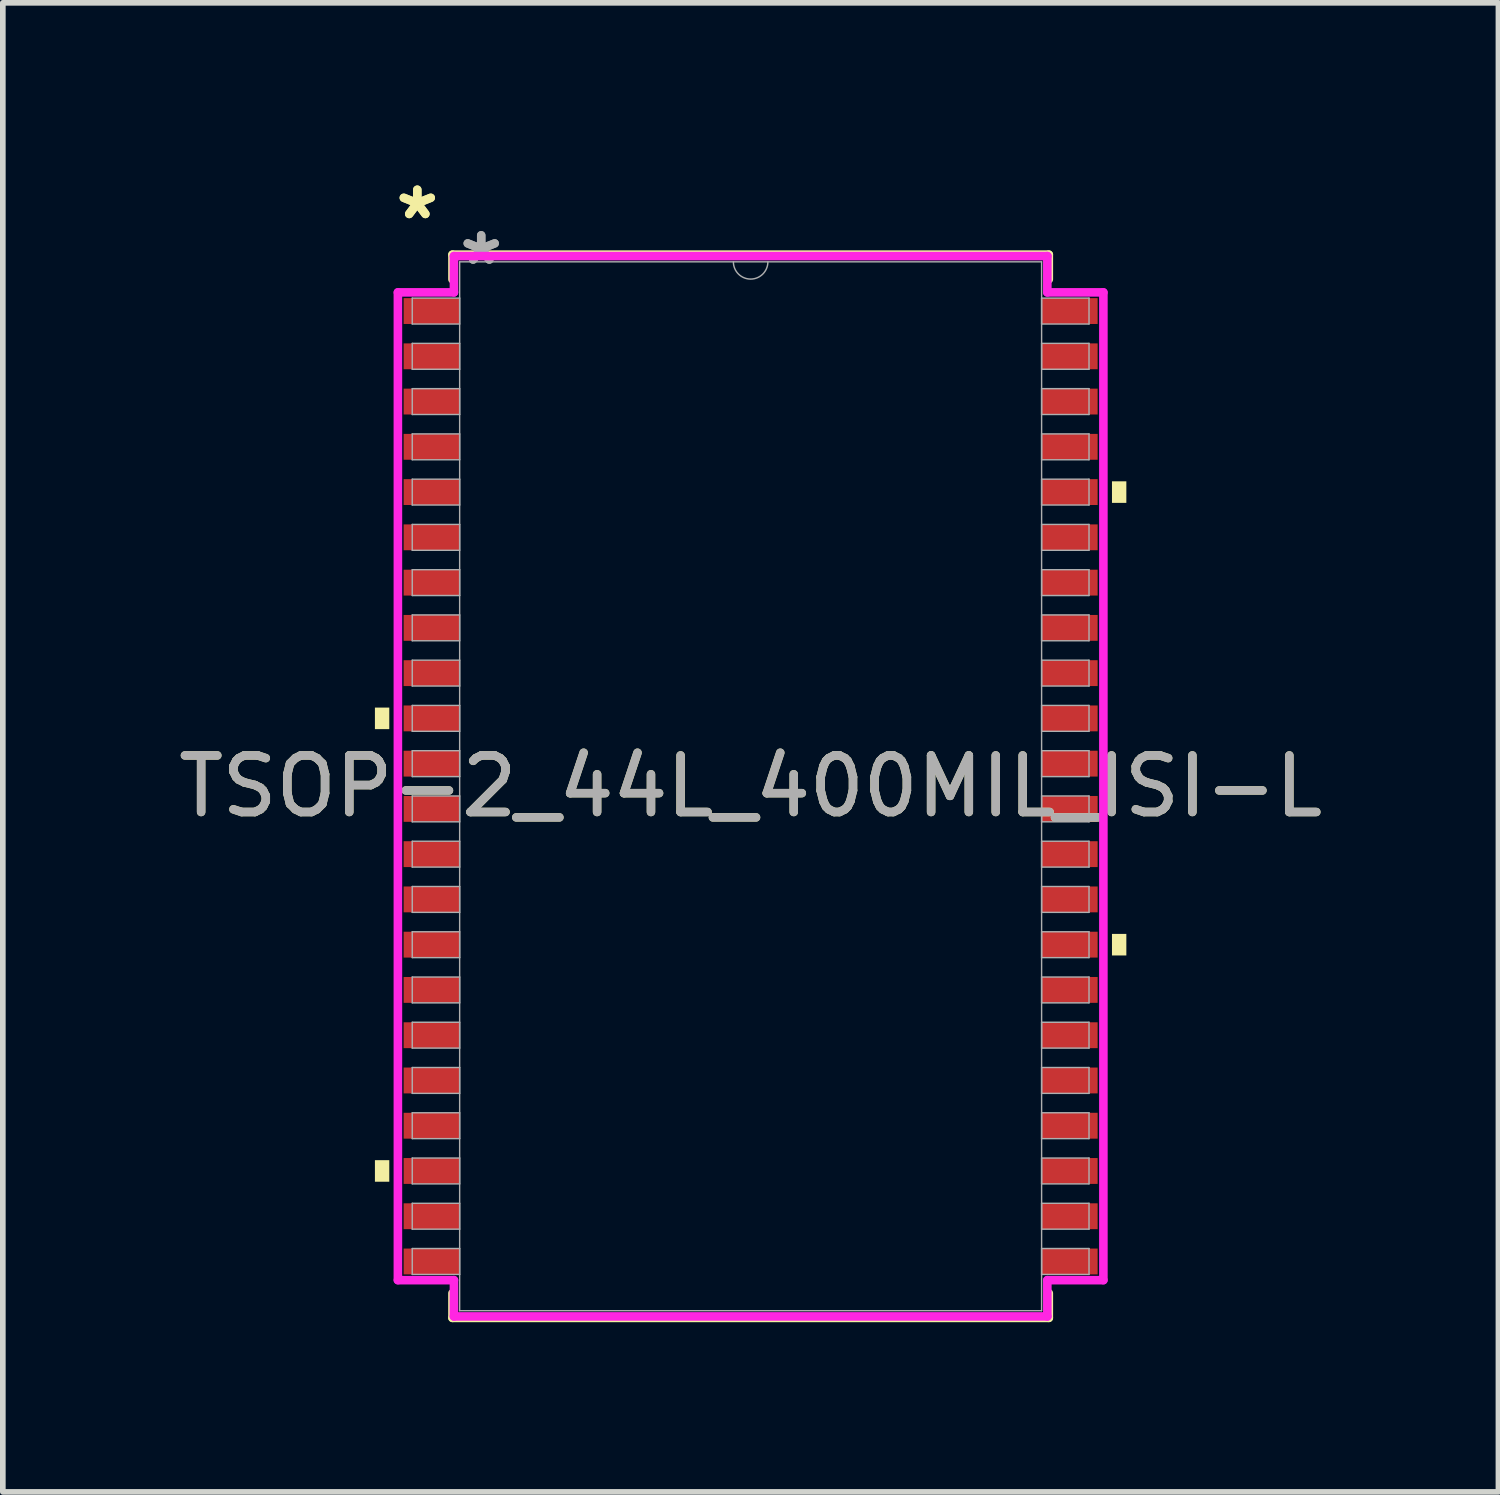
<source format=kicad_pcb>
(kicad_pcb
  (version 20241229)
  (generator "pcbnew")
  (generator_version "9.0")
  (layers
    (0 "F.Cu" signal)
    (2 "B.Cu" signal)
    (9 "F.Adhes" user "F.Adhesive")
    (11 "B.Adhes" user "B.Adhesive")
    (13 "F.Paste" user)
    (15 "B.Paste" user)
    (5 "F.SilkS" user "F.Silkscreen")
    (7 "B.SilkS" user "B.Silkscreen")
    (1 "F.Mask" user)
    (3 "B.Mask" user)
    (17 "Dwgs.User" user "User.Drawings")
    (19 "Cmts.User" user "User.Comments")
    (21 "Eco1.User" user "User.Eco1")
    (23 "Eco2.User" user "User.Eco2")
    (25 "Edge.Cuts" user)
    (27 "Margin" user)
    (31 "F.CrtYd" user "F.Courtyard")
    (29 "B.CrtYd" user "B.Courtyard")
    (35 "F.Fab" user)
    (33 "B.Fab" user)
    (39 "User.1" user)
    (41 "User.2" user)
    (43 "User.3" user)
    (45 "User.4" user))
  (footprint "TSOP-2_44L_400MIL_ISI-L"
    (layer "F.Cu")
    (at 10.22 10.85)
    (property "Reference" "TSOP-2_44L_400MIL_ISI-L" (at 0 0 0) (unlocked yes) (layer "F.SilkS") (effects (font (size 1 1) (thickness 0.15))))
    (attr smd)
    (fp_line (start -5.271 -9.398) (end -5.271 -8.962) (stroke (width 0.152) (type solid)) (layer "F.SilkS"))
    (fp_line (start -5.271 8.962) (end -5.271 9.398) (stroke (width 0.152) (type solid)) (layer "F.SilkS"))
    (fp_line (start -5.271 9.398) (end 5.271 9.398) (stroke (width 0.152) (type solid)) (layer "F.SilkS"))
    (fp_line (start 5.271 -9.398) (end -5.271 -9.398) (stroke (width 0.152) (type solid)) (layer "F.SilkS"))
    (fp_line (start 5.271 -8.962) (end 5.271 -9.398) (stroke (width 0.152) (type solid)) (layer "F.SilkS"))
    (fp_line (start 5.271 9.398) (end 5.271 8.962) (stroke (width 0.152) (type solid)) (layer "F.SilkS"))
    (fp_poly (pts (xy -6.642 -1.391) (xy -6.642 -1.01) (xy -6.388 -1.01) (xy -6.388 -1.391)) (stroke (width 0) (type solid)) (fill yes) (layer "F.SilkS"))
    (fp_poly (pts (xy -6.642 6.61) (xy -6.642 6.991) (xy -6.388 6.991) (xy -6.388 6.61)) (stroke (width 0) (type solid)) (fill yes) (layer "F.SilkS"))
    (fp_poly (pts (xy 6.642 -5.391) (xy 6.642 -5.01) (xy 6.388 -5.01) (xy 6.388 -5.391)) (stroke (width 0) (type solid)) (fill yes) (layer "F.SilkS"))
    (fp_poly (pts (xy 6.642 2.61) (xy 6.642 2.991) (xy 6.388 2.991) (xy 6.388 2.61)) (stroke (width 0) (type solid)) (fill yes) (layer "F.SilkS"))
    (fp_line (start -6.236 -8.731) (end -5.245 -8.731) (stroke (width 0.152) (type solid)) (layer "F.CrtYd"))
    (fp_line (start -6.236 8.731) (end -6.236 -8.731) (stroke (width 0.152) (type solid)) (layer "F.CrtYd"))
    (fp_line (start -6.236 8.731) (end -5.245 8.731) (stroke (width 0.152) (type solid)) (layer "F.CrtYd"))
    (fp_line (start -5.245 -9.373) (end 5.245 -9.373) (stroke (width 0.152) (type solid)) (layer "F.CrtYd"))
    (fp_line (start -5.245 -8.731) (end -5.245 -9.373) (stroke (width 0.152) (type solid)) (layer "F.CrtYd"))
    (fp_line (start -5.245 9.373) (end -5.245 8.731) (stroke (width 0.152) (type solid)) (layer "F.CrtYd"))
    (fp_line (start 5.245 -9.373) (end 5.245 -8.731) (stroke (width 0.152) (type solid)) (layer "F.CrtYd"))
    (fp_line (start 5.245 8.731) (end 5.245 9.373) (stroke (width 0.152) (type solid)) (layer "F.CrtYd"))
    (fp_line (start 5.245 9.373) (end -5.245 9.373) (stroke (width 0.152) (type solid)) (layer "F.CrtYd"))
    (fp_line (start 6.236 -8.731) (end 5.245 -8.731) (stroke (width 0.152) (type solid)) (layer "F.CrtYd"))
    (fp_line (start 6.236 -8.731) (end 6.236 8.731) (stroke (width 0.152) (type solid)) (layer "F.CrtYd"))
    (fp_line (start 6.236 8.731) (end 5.245 8.731) (stroke (width 0.152) (type solid)) (layer "F.CrtYd"))
    (fp_line (start -5.982 -8.63) (end -5.982 -8.172) (stroke (width 0.025) (type solid)) (layer "F.Fab"))
    (fp_line (start -5.982 -8.172) (end -5.144 -8.172) (stroke (width 0.025) (type solid)) (layer "F.Fab"))
    (fp_line (start -5.982 -7.83) (end -5.982 -7.372) (stroke (width 0.025) (type solid)) (layer "F.Fab"))
    (fp_line (start -5.982 -7.372) (end -5.144 -7.372) (stroke (width 0.025) (type solid)) (layer "F.Fab"))
    (fp_line (start -5.982 -7.029) (end -5.982 -6.572) (stroke (width 0.025) (type solid)) (layer "F.Fab"))
    (fp_line (start -5.982 -6.572) (end -5.144 -6.572) (stroke (width 0.025) (type solid)) (layer "F.Fab"))
    (fp_line (start -5.982 -6.229) (end -5.982 -5.772) (stroke (width 0.025) (type solid)) (layer "F.Fab"))
    (fp_line (start -5.982 -5.772) (end -5.144 -5.772) (stroke (width 0.025) (type solid)) (layer "F.Fab"))
    (fp_line (start -5.982 -5.429) (end -5.982 -4.972) (stroke (width 0.025) (type solid)) (layer "F.Fab"))
    (fp_line (start -5.982 -4.972) (end -5.144 -4.972) (stroke (width 0.025) (type solid)) (layer "F.Fab"))
    (fp_line (start -5.982 -4.629) (end -5.982 -4.172) (stroke (width 0.025) (type solid)) (layer "F.Fab"))
    (fp_line (start -5.982 -4.172) (end -5.144 -4.172) (stroke (width 0.025) (type solid)) (layer "F.Fab"))
    (fp_line (start -5.982 -3.829) (end -5.982 -3.372) (stroke (width 0.025) (type solid)) (layer "F.Fab"))
    (fp_line (start -5.982 -3.372) (end -5.144 -3.372) (stroke (width 0.025) (type solid)) (layer "F.Fab"))
    (fp_line (start -5.982 -3.029) (end -5.982 -2.572) (stroke (width 0.025) (type solid)) (layer "F.Fab"))
    (fp_line (start -5.982 -2.572) (end -5.144 -2.572) (stroke (width 0.025) (type solid)) (layer "F.Fab"))
    (fp_line (start -5.982 -2.229) (end -5.982 -1.772) (stroke (width 0.025) (type solid)) (layer "F.Fab"))
    (fp_line (start -5.982 -1.772) (end -5.144 -1.772) (stroke (width 0.025) (type solid)) (layer "F.Fab"))
    (fp_line (start -5.982 -1.429) (end -5.982 -0.972) (stroke (width 0.025) (type solid)) (layer "F.Fab"))
    (fp_line (start -5.982 -0.972) (end -5.144 -0.972) (stroke (width 0.025) (type solid)) (layer "F.Fab"))
    (fp_line (start -5.982 -0.629) (end -5.982 -0.171) (stroke (width 0.025) (type solid)) (layer "F.Fab"))
    (fp_line (start -5.982 -0.171) (end -5.144 -0.171) (stroke (width 0.025) (type solid)) (layer "F.Fab"))
    (fp_line (start -5.982 0.171) (end -5.982 0.629) (stroke (width 0.025) (type solid)) (layer "F.Fab"))
    (fp_line (start -5.982 0.629) (end -5.144 0.629) (stroke (width 0.025) (type solid)) (layer "F.Fab"))
    (fp_line (start -5.982 0.972) (end -5.982 1.429) (stroke (width 0.025) (type solid)) (layer "F.Fab"))
    (fp_line (start -5.982 1.429) (end -5.144 1.429) (stroke (width 0.025) (type solid)) (layer "F.Fab"))
    (fp_line (start -5.982 1.772) (end -5.982 2.229) (stroke (width 0.025) (type solid)) (layer "F.Fab"))
    (fp_line (start -5.982 2.229) (end -5.144 2.229) (stroke (width 0.025) (type solid)) (layer "F.Fab"))
    (fp_line (start -5.982 2.572) (end -5.982 3.029) (stroke (width 0.025) (type solid)) (layer "F.Fab"))
    (fp_line (start -5.982 3.029) (end -5.144 3.029) (stroke (width 0.025) (type solid)) (layer "F.Fab"))
    (fp_line (start -5.982 3.372) (end -5.982 3.829) (stroke (width 0.025) (type solid)) (layer "F.Fab"))
    (fp_line (start -5.982 3.829) (end -5.144 3.829) (stroke (width 0.025) (type solid)) (layer "F.Fab"))
    (fp_line (start -5.982 4.172) (end -5.982 4.629) (stroke (width 0.025) (type solid)) (layer "F.Fab"))
    (fp_line (start -5.982 4.629) (end -5.144 4.629) (stroke (width 0.025) (type solid)) (layer "F.Fab"))
    (fp_line (start -5.982 4.972) (end -5.982 5.429) (stroke (width 0.025) (type solid)) (layer "F.Fab"))
    (fp_line (start -5.982 5.429) (end -5.144 5.429) (stroke (width 0.025) (type solid)) (layer "F.Fab"))
    (fp_line (start -5.982 5.772) (end -5.982 6.229) (stroke (width 0.025) (type solid)) (layer "F.Fab"))
    (fp_line (start -5.982 6.229) (end -5.144 6.229) (stroke (width 0.025) (type solid)) (layer "F.Fab"))
    (fp_line (start -5.982 6.572) (end -5.982 7.029) (stroke (width 0.025) (type solid)) (layer "F.Fab"))
    (fp_line (start -5.982 7.029) (end -5.144 7.029) (stroke (width 0.025) (type solid)) (layer "F.Fab"))
    (fp_line (start -5.982 7.372) (end -5.982 7.83) (stroke (width 0.025) (type solid)) (layer "F.Fab"))
    (fp_line (start -5.982 7.83) (end -5.144 7.83) (stroke (width 0.025) (type solid)) (layer "F.Fab"))
    (fp_line (start -5.982 8.172) (end -5.982 8.63) (stroke (width 0.025) (type solid)) (layer "F.Fab"))
    (fp_line (start -5.982 8.63) (end -5.144 8.63) (stroke (width 0.025) (type solid)) (layer "F.Fab"))
    (fp_line (start -5.144 -9.271) (end -5.144 9.271) (stroke (width 0.025) (type solid)) (layer "F.Fab"))
    (fp_line (start -5.144 -8.63) (end -5.982 -8.63) (stroke (width 0.025) (type solid)) (layer "F.Fab"))
    (fp_line (start -5.144 -8.172) (end -5.144 -8.63) (stroke (width 0.025) (type solid)) (layer "F.Fab"))
    (fp_line (start -5.144 -7.83) (end -5.982 -7.83) (stroke (width 0.025) (type solid)) (layer "F.Fab"))
    (fp_line (start -5.144 -7.372) (end -5.144 -7.83) (stroke (width 0.025) (type solid)) (layer "F.Fab"))
    (fp_line (start -5.144 -7.029) (end -5.982 -7.029) (stroke (width 0.025) (type solid)) (layer "F.Fab"))
    (fp_line (start -5.144 -6.572) (end -5.144 -7.029) (stroke (width 0.025) (type solid)) (layer "F.Fab"))
    (fp_line (start -5.144 -6.229) (end -5.982 -6.229) (stroke (width 0.025) (type solid)) (layer "F.Fab"))
    (fp_line (start -5.144 -5.772) (end -5.144 -6.229) (stroke (width 0.025) (type solid)) (layer "F.Fab"))
    (fp_line (start -5.144 -5.429) (end -5.982 -5.429) (stroke (width 0.025) (type solid)) (layer "F.Fab"))
    (fp_line (start -5.144 -4.972) (end -5.144 -5.429) (stroke (width 0.025) (type solid)) (layer "F.Fab"))
    (fp_line (start -5.144 -4.629) (end -5.982 -4.629) (stroke (width 0.025) (type solid)) (layer "F.Fab"))
    (fp_line (start -5.144 -4.172) (end -5.144 -4.629) (stroke (width 0.025) (type solid)) (layer "F.Fab"))
    (fp_line (start -5.144 -3.829) (end -5.982 -3.829) (stroke (width 0.025) (type solid)) (layer "F.Fab"))
    (fp_line (start -5.144 -3.372) (end -5.144 -3.829) (stroke (width 0.025) (type solid)) (layer "F.Fab"))
    (fp_line (start -5.144 -3.029) (end -5.982 -3.029) (stroke (width 0.025) (type solid)) (layer "F.Fab"))
    (fp_line (start -5.144 -2.572) (end -5.144 -3.029) (stroke (width 0.025) (type solid)) (layer "F.Fab"))
    (fp_line (start -5.144 -2.229) (end -5.982 -2.229) (stroke (width 0.025) (type solid)) (layer "F.Fab"))
    (fp_line (start -5.144 -1.772) (end -5.144 -2.229) (stroke (width 0.025) (type solid)) (layer "F.Fab"))
    (fp_line (start -5.144 -1.429) (end -5.982 -1.429) (stroke (width 0.025) (type solid)) (layer "F.Fab"))
    (fp_line (start -5.144 -0.972) (end -5.144 -1.429) (stroke (width 0.025) (type solid)) (layer "F.Fab"))
    (fp_line (start -5.144 -0.629) (end -5.982 -0.629) (stroke (width 0.025) (type solid)) (layer "F.Fab"))
    (fp_line (start -5.144 -0.171) (end -5.144 -0.629) (stroke (width 0.025) (type solid)) (layer "F.Fab"))
    (fp_line (start -5.144 0.171) (end -5.982 0.171) (stroke (width 0.025) (type solid)) (layer "F.Fab"))
    (fp_line (start -5.144 0.629) (end -5.144 0.171) (stroke (width 0.025) (type solid)) (layer "F.Fab"))
    (fp_line (start -5.144 0.972) (end -5.982 0.972) (stroke (width 0.025) (type solid)) (layer "F.Fab"))
    (fp_line (start -5.144 1.429) (end -5.144 0.972) (stroke (width 0.025) (type solid)) (layer "F.Fab"))
    (fp_line (start -5.144 1.772) (end -5.982 1.772) (stroke (width 0.025) (type solid)) (layer "F.Fab"))
    (fp_line (start -5.144 2.229) (end -5.144 1.772) (stroke (width 0.025) (type solid)) (layer "F.Fab"))
    (fp_line (start -5.144 2.572) (end -5.982 2.572) (stroke (width 0.025) (type solid)) (layer "F.Fab"))
    (fp_line (start -5.144 3.029) (end -5.144 2.572) (stroke (width 0.025) (type solid)) (layer "F.Fab"))
    (fp_line (start -5.144 3.372) (end -5.982 3.372) (stroke (width 0.025) (type solid)) (layer "F.Fab"))
    (fp_line (start -5.144 3.829) (end -5.144 3.372) (stroke (width 0.025) (type solid)) (layer "F.Fab"))
    (fp_line (start -5.144 4.172) (end -5.982 4.172) (stroke (width 0.025) (type solid)) (layer "F.Fab"))
    (fp_line (start -5.144 4.629) (end -5.144 4.172) (stroke (width 0.025) (type solid)) (layer "F.Fab"))
    (fp_line (start -5.144 4.972) (end -5.982 4.972) (stroke (width 0.025) (type solid)) (layer "F.Fab"))
    (fp_line (start -5.144 5.429) (end -5.144 4.972) (stroke (width 0.025) (type solid)) (layer "F.Fab"))
    (fp_line (start -5.144 5.772) (end -5.982 5.772) (stroke (width 0.025) (type solid)) (layer "F.Fab"))
    (fp_line (start -5.144 6.229) (end -5.144 5.772) (stroke (width 0.025) (type solid)) (layer "F.Fab"))
    (fp_line (start -5.144 6.572) (end -5.982 6.572) (stroke (width 0.025) (type solid)) (layer "F.Fab"))
    (fp_line (start -5.144 7.029) (end -5.144 6.572) (stroke (width 0.025) (type solid)) (layer "F.Fab"))
    (fp_line (start -5.144 7.372) (end -5.982 7.372) (stroke (width 0.025) (type solid)) (layer "F.Fab"))
    (fp_line (start -5.144 7.83) (end -5.144 7.372) (stroke (width 0.025) (type solid)) (layer "F.Fab"))
    (fp_line (start -5.144 8.172) (end -5.982 8.172) (stroke (width 0.025) (type solid)) (layer "F.Fab"))
    (fp_line (start -5.144 8.63) (end -5.144 8.172) (stroke (width 0.025) (type solid)) (layer "F.Fab"))
    (fp_line (start -5.144 9.271) (end 5.144 9.271) (stroke (width 0.025) (type solid)) (layer "F.Fab"))
    (fp_line (start 5.144 -9.271) (end -5.144 -9.271) (stroke (width 0.025) (type solid)) (layer "F.Fab"))
    (fp_line (start 5.144 -8.63) (end 5.144 -8.172) (stroke (width 0.025) (type solid)) (layer "F.Fab"))
    (fp_line (start 5.144 -8.172) (end 5.982 -8.172) (stroke (width 0.025) (type solid)) (layer "F.Fab"))
    (fp_line (start 5.144 -7.83) (end 5.144 -7.372) (stroke (width 0.025) (type solid)) (layer "F.Fab"))
    (fp_line (start 5.144 -7.372) (end 5.982 -7.372) (stroke (width 0.025) (type solid)) (layer "F.Fab"))
    (fp_line (start 5.144 -7.029) (end 5.144 -6.572) (stroke (width 0.025) (type solid)) (layer "F.Fab"))
    (fp_line (start 5.144 -6.572) (end 5.982 -6.572) (stroke (width 0.025) (type solid)) (layer "F.Fab"))
    (fp_line (start 5.144 -6.229) (end 5.144 -5.772) (stroke (width 0.025) (type solid)) (layer "F.Fab"))
    (fp_line (start 5.144 -5.772) (end 5.982 -5.772) (stroke (width 0.025) (type solid)) (layer "F.Fab"))
    (fp_line (start 5.144 -5.429) (end 5.144 -4.972) (stroke (width 0.025) (type solid)) (layer "F.Fab"))
    (fp_line (start 5.144 -4.972) (end 5.982 -4.972) (stroke (width 0.025) (type solid)) (layer "F.Fab"))
    (fp_line (start 5.144 -4.629) (end 5.144 -4.172) (stroke (width 0.025) (type solid)) (layer "F.Fab"))
    (fp_line (start 5.144 -4.172) (end 5.982 -4.172) (stroke (width 0.025) (type solid)) (layer "F.Fab"))
    (fp_line (start 5.144 -3.829) (end 5.144 -3.372) (stroke (width 0.025) (type solid)) (layer "F.Fab"))
    (fp_line (start 5.144 -3.372) (end 5.982 -3.372) (stroke (width 0.025) (type solid)) (layer "F.Fab"))
    (fp_line (start 5.144 -3.029) (end 5.144 -2.572) (stroke (width 0.025) (type solid)) (layer "F.Fab"))
    (fp_line (start 5.144 -2.572) (end 5.982 -2.572) (stroke (width 0.025) (type solid)) (layer "F.Fab"))
    (fp_line (start 5.144 -2.229) (end 5.144 -1.772) (stroke (width 0.025) (type solid)) (layer "F.Fab"))
    (fp_line (start 5.144 -1.772) (end 5.982 -1.772) (stroke (width 0.025) (type solid)) (layer "F.Fab"))
    (fp_line (start 5.144 -1.429) (end 5.144 -0.972) (stroke (width 0.025) (type solid)) (layer "F.Fab"))
    (fp_line (start 5.144 -0.972) (end 5.982 -0.972) (stroke (width 0.025) (type solid)) (layer "F.Fab"))
    (fp_line (start 5.144 -0.629) (end 5.144 -0.171) (stroke (width 0.025) (type solid)) (layer "F.Fab"))
    (fp_line (start 5.144 -0.171) (end 5.982 -0.171) (stroke (width 0.025) (type solid)) (layer "F.Fab"))
    (fp_line (start 5.144 0.171) (end 5.144 0.629) (stroke (width 0.025) (type solid)) (layer "F.Fab"))
    (fp_line (start 5.144 0.629) (end 5.982 0.629) (stroke (width 0.025) (type solid)) (layer "F.Fab"))
    (fp_line (start 5.144 0.972) (end 5.144 1.429) (stroke (width 0.025) (type solid)) (layer "F.Fab"))
    (fp_line (start 5.144 1.429) (end 5.982 1.429) (stroke (width 0.025) (type solid)) (layer "F.Fab"))
    (fp_line (start 5.144 1.772) (end 5.144 2.229) (stroke (width 0.025) (type solid)) (layer "F.Fab"))
    (fp_line (start 5.144 2.229) (end 5.982 2.229) (stroke (width 0.025) (type solid)) (layer "F.Fab"))
    (fp_line (start 5.144 2.572) (end 5.144 3.029) (stroke (width 0.025) (type solid)) (layer "F.Fab"))
    (fp_line (start 5.144 3.029) (end 5.982 3.029) (stroke (width 0.025) (type solid)) (layer "F.Fab"))
    (fp_line (start 5.144 3.372) (end 5.144 3.829) (stroke (width 0.025) (type solid)) (layer "F.Fab"))
    (fp_line (start 5.144 3.829) (end 5.982 3.829) (stroke (width 0.025) (type solid)) (layer "F.Fab"))
    (fp_line (start 5.144 4.172) (end 5.144 4.629) (stroke (width 0.025) (type solid)) (layer "F.Fab"))
    (fp_line (start 5.144 4.629) (end 5.982 4.629) (stroke (width 0.025) (type solid)) (layer "F.Fab"))
    (fp_line (start 5.144 4.972) (end 5.144 5.429) (stroke (width 0.025) (type solid)) (layer "F.Fab"))
    (fp_line (start 5.144 5.429) (end 5.982 5.429) (stroke (width 0.025) (type solid)) (layer "F.Fab"))
    (fp_line (start 5.144 5.772) (end 5.144 6.229) (stroke (width 0.025) (type solid)) (layer "F.Fab"))
    (fp_line (start 5.144 6.229) (end 5.982 6.229) (stroke (width 0.025) (type solid)) (layer "F.Fab"))
    (fp_line (start 5.144 6.572) (end 5.144 7.029) (stroke (width 0.025) (type solid)) (layer "F.Fab"))
    (fp_line (start 5.144 7.029) (end 5.982 7.029) (stroke (width 0.025) (type solid)) (layer "F.Fab"))
    (fp_line (start 5.144 7.372) (end 5.144 7.83) (stroke (width 0.025) (type solid)) (layer "F.Fab"))
    (fp_line (start 5.144 7.83) (end 5.982 7.83) (stroke (width 0.025) (type solid)) (layer "F.Fab"))
    (fp_line (start 5.144 8.172) (end 5.144 8.63) (stroke (width 0.025) (type solid)) (layer "F.Fab"))
    (fp_line (start 5.144 8.63) (end 5.982 8.63) (stroke (width 0.025) (type solid)) (layer "F.Fab"))
    (fp_line (start 5.144 9.271) (end 5.144 -9.271) (stroke (width 0.025) (type solid)) (layer "F.Fab"))
    (fp_line (start 5.982 -8.63) (end 5.144 -8.63) (stroke (width 0.025) (type solid)) (layer "F.Fab"))
    (fp_line (start 5.982 -8.172) (end 5.982 -8.63) (stroke (width 0.025) (type solid)) (layer "F.Fab"))
    (fp_line (start 5.982 -7.83) (end 5.144 -7.83) (stroke (width 0.025) (type solid)) (layer "F.Fab"))
    (fp_line (start 5.982 -7.372) (end 5.982 -7.83) (stroke (width 0.025) (type solid)) (layer "F.Fab"))
    (fp_line (start 5.982 -7.029) (end 5.144 -7.029) (stroke (width 0.025) (type solid)) (layer "F.Fab"))
    (fp_line (start 5.982 -6.572) (end 5.982 -7.029) (stroke (width 0.025) (type solid)) (layer "F.Fab"))
    (fp_line (start 5.982 -6.229) (end 5.144 -6.229) (stroke (width 0.025) (type solid)) (layer "F.Fab"))
    (fp_line (start 5.982 -5.772) (end 5.982 -6.229) (stroke (width 0.025) (type solid)) (layer "F.Fab"))
    (fp_line (start 5.982 -5.429) (end 5.144 -5.429) (stroke (width 0.025) (type solid)) (layer "F.Fab"))
    (fp_line (start 5.982 -4.972) (end 5.982 -5.429) (stroke (width 0.025) (type solid)) (layer "F.Fab"))
    (fp_line (start 5.982 -4.629) (end 5.144 -4.629) (stroke (width 0.025) (type solid)) (layer "F.Fab"))
    (fp_line (start 5.982 -4.172) (end 5.982 -4.629) (stroke (width 0.025) (type solid)) (layer "F.Fab"))
    (fp_line (start 5.982 -3.829) (end 5.144 -3.829) (stroke (width 0.025) (type solid)) (layer "F.Fab"))
    (fp_line (start 5.982 -3.372) (end 5.982 -3.829) (stroke (width 0.025) (type solid)) (layer "F.Fab"))
    (fp_line (start 5.982 -3.029) (end 5.144 -3.029) (stroke (width 0.025) (type solid)) (layer "F.Fab"))
    (fp_line (start 5.982 -2.572) (end 5.982 -3.029) (stroke (width 0.025) (type solid)) (layer "F.Fab"))
    (fp_line (start 5.982 -2.229) (end 5.144 -2.229) (stroke (width 0.025) (type solid)) (layer "F.Fab"))
    (fp_line (start 5.982 -1.772) (end 5.982 -2.229) (stroke (width 0.025) (type solid)) (layer "F.Fab"))
    (fp_line (start 5.982 -1.429) (end 5.144 -1.429) (stroke (width 0.025) (type solid)) (layer "F.Fab"))
    (fp_line (start 5.982 -0.972) (end 5.982 -1.429) (stroke (width 0.025) (type solid)) (layer "F.Fab"))
    (fp_line (start 5.982 -0.629) (end 5.144 -0.629) (stroke (width 0.025) (type solid)) (layer "F.Fab"))
    (fp_line (start 5.982 -0.171) (end 5.982 -0.629) (stroke (width 0.025) (type solid)) (layer "F.Fab"))
    (fp_line (start 5.982 0.171) (end 5.144 0.171) (stroke (width 0.025) (type solid)) (layer "F.Fab"))
    (fp_line (start 5.982 0.629) (end 5.982 0.171) (stroke (width 0.025) (type solid)) (layer "F.Fab"))
    (fp_line (start 5.982 0.972) (end 5.144 0.972) (stroke (width 0.025) (type solid)) (layer "F.Fab"))
    (fp_line (start 5.982 1.429) (end 5.982 0.972) (stroke (width 0.025) (type solid)) (layer "F.Fab"))
    (fp_line (start 5.982 1.772) (end 5.144 1.772) (stroke (width 0.025) (type solid)) (layer "F.Fab"))
    (fp_line (start 5.982 2.229) (end 5.982 1.772) (stroke (width 0.025) (type solid)) (layer "F.Fab"))
    (fp_line (start 5.982 2.572) (end 5.144 2.572) (stroke (width 0.025) (type solid)) (layer "F.Fab"))
    (fp_line (start 5.982 3.029) (end 5.982 2.572) (stroke (width 0.025) (type solid)) (layer "F.Fab"))
    (fp_line (start 5.982 3.372) (end 5.144 3.372) (stroke (width 0.025) (type solid)) (layer "F.Fab"))
    (fp_line (start 5.982 3.829) (end 5.982 3.372) (stroke (width 0.025) (type solid)) (layer "F.Fab"))
    (fp_line (start 5.982 4.172) (end 5.144 4.172) (stroke (width 0.025) (type solid)) (layer "F.Fab"))
    (fp_line (start 5.982 4.629) (end 5.982 4.172) (stroke (width 0.025) (type solid)) (layer "F.Fab"))
    (fp_line (start 5.982 4.972) (end 5.144 4.972) (stroke (width 0.025) (type solid)) (layer "F.Fab"))
    (fp_line (start 5.982 5.429) (end 5.982 4.972) (stroke (width 0.025) (type solid)) (layer "F.Fab"))
    (fp_line (start 5.982 5.772) (end 5.144 5.772) (stroke (width 0.025) (type solid)) (layer "F.Fab"))
    (fp_line (start 5.982 6.229) (end 5.982 5.772) (stroke (width 0.025) (type solid)) (layer "F.Fab"))
    (fp_line (start 5.982 6.572) (end 5.144 6.572) (stroke (width 0.025) (type solid)) (layer "F.Fab"))
    (fp_line (start 5.982 7.029) (end 5.982 6.572) (stroke (width 0.025) (type solid)) (layer "F.Fab"))
    (fp_line (start 5.982 7.372) (end 5.144 7.372) (stroke (width 0.025) (type solid)) (layer "F.Fab"))
    (fp_line (start 5.982 7.83) (end 5.982 7.372) (stroke (width 0.025) (type solid)) (layer "F.Fab"))
    (fp_line (start 5.982 8.172) (end 5.144 8.172) (stroke (width 0.025) (type solid)) (layer "F.Fab"))
    (fp_line (start 5.982 8.63) (end 5.982 8.172) (stroke (width 0.025) (type solid)) (layer "F.Fab"))
    (fp_arc (start 0.3048 -9.271) (mid 0 -8.9662) (end -0.3048 -9.271) (stroke (width 0.0254) (type solid)) (layer "F.Fab"))
    (fp_text user "*" (at -5.893 -10.001 0) (layer "F.SilkS") (effects (font (size 1 1) (thickness 0.15))))
    (fp_text user "*" (at -5.893 -10.001 0) (unlocked yes) (layer "F.SilkS") (effects (font (size 1 1) (thickness 0.15))))
    (fp_text user "*" (at -4.763 -9.195 0) (layer "F.Fab") (effects (font (size 1 1) (thickness 0.15))))
    (fp_text user "${REFERENCE}" (at 0 0 0) (unlocked yes) (layer "F.Fab") (effects (font (size 1 1) (thickness 0.15))))
    (fp_text user "*" (at -4.763 -9.195 0) (unlocked yes) (layer "F.Fab") (effects (font (size 1 1) (thickness 0.15))))
    (pad "1" smd rect (at -5.639 -8.401) (size 0.991 0.457) (layers "F.Cu" "F.Mask" "F.Paste"))
    (pad "2" smd rect (at -5.639 -7.601) (size 0.991 0.457) (layers "F.Cu" "F.Mask" "F.Paste"))
    (pad "3" smd rect (at -5.639 -6.801) (size 0.991 0.457) (layers "F.Cu" "F.Mask" "F.Paste"))
    (pad "4" smd rect (at -5.639 -6.001) (size 0.991 0.457) (layers "F.Cu" "F.Mask" "F.Paste"))
    (pad "5" smd rect (at -5.639 -5.201) (size 0.991 0.457) (layers "F.Cu" "F.Mask" "F.Paste"))
    (pad "6" smd rect (at -5.639 -4.401) (size 0.991 0.457) (layers "F.Cu" "F.Mask" "F.Paste"))
    (pad "7" smd rect (at -5.639 -3.6) (size 0.991 0.457) (layers "F.Cu" "F.Mask" "F.Paste"))
    (pad "8" smd rect (at -5.639 -2.8) (size 0.991 0.457) (layers "F.Cu" "F.Mask" "F.Paste"))
    (pad "9" smd rect (at -5.639 -2) (size 0.991 0.457) (layers "F.Cu" "F.Mask" "F.Paste"))
    (pad "10" smd rect (at -5.639 -1.2) (size 0.991 0.457) (layers "F.Cu" "F.Mask" "F.Paste"))
    (pad "11" smd rect (at -5.639 -0.4) (size 0.991 0.457) (layers "F.Cu" "F.Mask" "F.Paste"))
    (pad "12" smd rect (at -5.639 0.4) (size 0.991 0.457) (layers "F.Cu" "F.Mask" "F.Paste"))
    (pad "13" smd rect (at -5.639 1.2) (size 0.991 0.457) (layers "F.Cu" "F.Mask" "F.Paste"))
    (pad "14" smd rect (at -5.639 2) (size 0.991 0.457) (layers "F.Cu" "F.Mask" "F.Paste"))
    (pad "15" smd rect (at -5.639 2.8) (size 0.991 0.457) (layers "F.Cu" "F.Mask" "F.Paste"))
    (pad "16" smd rect (at -5.639 3.6) (size 0.991 0.457) (layers "F.Cu" "F.Mask" "F.Paste"))
    (pad "17" smd rect (at -5.639 4.401) (size 0.991 0.457) (layers "F.Cu" "F.Mask" "F.Paste"))
    (pad "18" smd rect (at -5.639 5.201) (size 0.991 0.457) (layers "F.Cu" "F.Mask" "F.Paste"))
    (pad "19" smd rect (at -5.639 6.001) (size 0.991 0.457) (layers "F.Cu" "F.Mask" "F.Paste"))
    (pad "20" smd rect (at -5.639 6.801) (size 0.991 0.457) (layers "F.Cu" "F.Mask" "F.Paste"))
    (pad "21" smd rect (at -5.639 7.601) (size 0.991 0.457) (layers "F.Cu" "F.Mask" "F.Paste"))
    (pad "22" smd rect (at -5.639 8.401) (size 0.991 0.457) (layers "F.Cu" "F.Mask" "F.Paste"))
    (pad "23" smd rect (at 5.639 8.401) (size 0.991 0.457) (layers "F.Cu" "F.Mask" "F.Paste"))
    (pad "24" smd rect (at 5.639 7.601) (size 0.991 0.457) (layers "F.Cu" "F.Mask" "F.Paste"))
    (pad "25" smd rect (at 5.639 6.801) (size 0.991 0.457) (layers "F.Cu" "F.Mask" "F.Paste"))
    (pad "26" smd rect (at 5.639 6.001) (size 0.991 0.457) (layers "F.Cu" "F.Mask" "F.Paste"))
    (pad "27" smd rect (at 5.639 5.201) (size 0.991 0.457) (layers "F.Cu" "F.Mask" "F.Paste"))
    (pad "28" smd rect (at 5.639 4.401) (size 0.991 0.457) (layers "F.Cu" "F.Mask" "F.Paste"))
    (pad "29" smd rect (at 5.639 3.6) (size 0.991 0.457) (layers "F.Cu" "F.Mask" "F.Paste"))
    (pad "30" smd rect (at 5.639 2.8) (size 0.991 0.457) (layers "F.Cu" "F.Mask" "F.Paste"))
    (pad "31" smd rect (at 5.639 2) (size 0.991 0.457) (layers "F.Cu" "F.Mask" "F.Paste"))
    (pad "32" smd rect (at 5.639 1.2) (size 0.991 0.457) (layers "F.Cu" "F.Mask" "F.Paste"))
    (pad "33" smd rect (at 5.639 0.4) (size 0.991 0.457) (layers "F.Cu" "F.Mask" "F.Paste"))
    (pad "34" smd rect (at 5.639 -0.4) (size 0.991 0.457) (layers "F.Cu" "F.Mask" "F.Paste"))
    (pad "35" smd rect (at 5.639 -1.2) (size 0.991 0.457) (layers "F.Cu" "F.Mask" "F.Paste"))
    (pad "36" smd rect (at 5.639 -2) (size 0.991 0.457) (layers "F.Cu" "F.Mask" "F.Paste"))
    (pad "37" smd rect (at 5.639 -2.8) (size 0.991 0.457) (layers "F.Cu" "F.Mask" "F.Paste"))
    (pad "38" smd rect (at 5.639 -3.6) (size 0.991 0.457) (layers "F.Cu" "F.Mask" "F.Paste"))
    (pad "39" smd rect (at 5.639 -4.401) (size 0.991 0.457) (layers "F.Cu" "F.Mask" "F.Paste"))
    (pad "40" smd rect (at 5.639 -5.201) (size 0.991 0.457) (layers "F.Cu" "F.Mask" "F.Paste"))
    (pad "41" smd rect (at 5.639 -6.001) (size 0.991 0.457) (layers "F.Cu" "F.Mask" "F.Paste"))
    (pad "42" smd rect (at 5.639 -6.801) (size 0.991 0.457) (layers "F.Cu" "F.Mask" "F.Paste"))
    (pad "43" smd rect (at 5.639 -7.601) (size 0.991 0.457) (layers "F.Cu" "F.Mask" "F.Paste"))
    (pad "44" smd rect (at 5.639 -8.401) (size 0.991 0.457) (layers "F.Cu" "F.Mask" "F.Paste")))
  (gr_rect
    (start -3 -3)
    (end 23.44 23.324)
    (stroke (width 0.1) (type default))
    (fill no)
    (layer "Edge.Cuts")))
</source>
